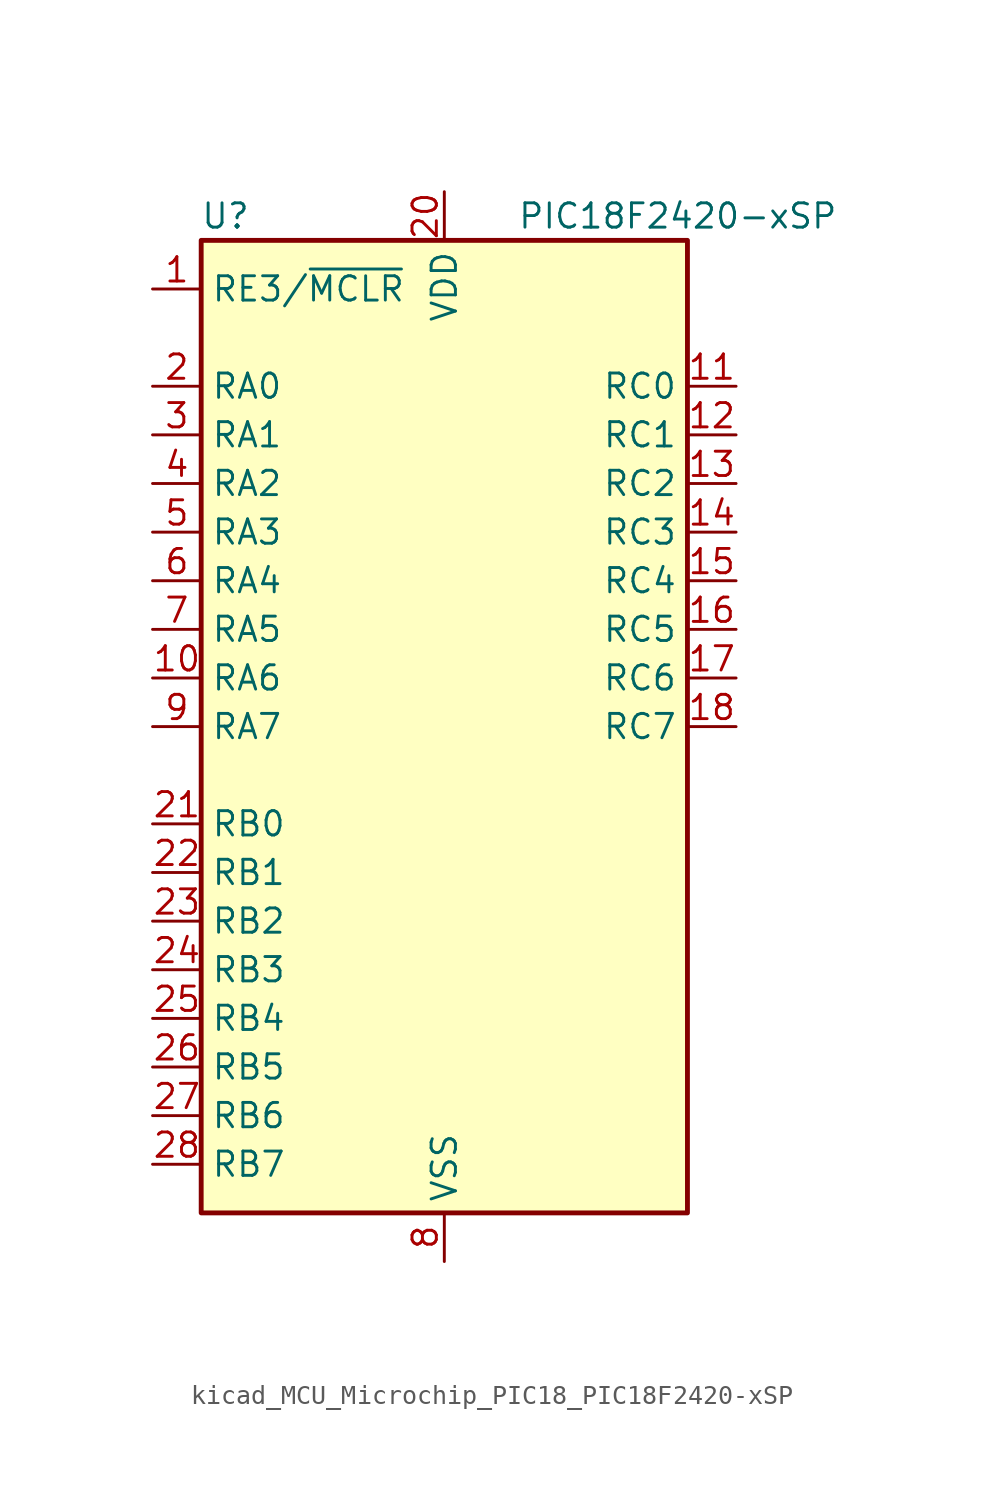
<source format=kicad_sym>
(kicad_symbol_lib
  (version 20220914)
  (generator kicad_symbol_editor)
  (symbol "kicad_MCU_Microchip_PIC18_PIC18F2420-xSP"
    (property "Reference" "U"
      (at -11.43 26.67 0)
      (effects (font (size 1.27 1.27))))
    (property "Value" "PIC18F2420-xSP"
      (at 3.81 26.67 0)
      (effects (font (size 1.27 1.27)) (justify left)))
    (symbol "kicad_MCU_Microchip_PIC18_PIC18F2420-xSP_0_1"
      (rectangle (start -12.7 25.4) (end 12.7 -25.4) (stroke (width 0.254) (type default)) (fill (type background))))
    (symbol "kicad_MCU_Microchip_PIC18_PIC18F2420-xSP_1_1"
      (pin input line (at -15.24 22.86 0) (length 2.54) (name "RE3/~{MCLR}" (effects (font (size 1.27 1.27)))) (number "1" (effects (font (size 1.27 1.27)))))
      (pin bidirectional line (at -15.24 2.54 0) (length 2.54) (name "RA6" (effects (font (size 1.27 1.27)))) (number "10" (effects (font (size 1.27 1.27)))))
      (pin bidirectional line (at 15.24 17.78 180) (length 2.54) (name "RC0" (effects (font (size 1.27 1.27)))) (number "11" (effects (font (size 1.27 1.27)))))
      (pin bidirectional line (at 15.24 15.24 180) (length 2.54) (name "RC1" (effects (font (size 1.27 1.27)))) (number "12" (effects (font (size 1.27 1.27)))))
      (pin bidirectional line (at 15.24 12.7 180) (length 2.54) (name "RC2" (effects (font (size 1.27 1.27)))) (number "13" (effects (font (size 1.27 1.27)))))
      (pin bidirectional line (at 15.24 10.16 180) (length 2.54) (name "RC3" (effects (font (size 1.27 1.27)))) (number "14" (effects (font (size 1.27 1.27)))))
      (pin bidirectional line (at 15.24 7.62 180) (length 2.54) (name "RC4" (effects (font (size 1.27 1.27)))) (number "15" (effects (font (size 1.27 1.27)))))
      (pin bidirectional line (at 15.24 5.08 180) (length 2.54) (name "RC5" (effects (font (size 1.27 1.27)))) (number "16" (effects (font (size 1.27 1.27)))))
      (pin bidirectional line (at 15.24 2.54 180) (length 2.54) (name "RC6" (effects (font (size 1.27 1.27)))) (number "17" (effects (font (size 1.27 1.27)))))
      (pin bidirectional line (at 15.24 0 180) (length 2.54) (name "RC7" (effects (font (size 1.27 1.27)))) (number "18" (effects (font (size 1.27 1.27)))))
      (pin passive line (at 0 -27.94 90) (length 2.54) hide (name "VSS" (effects (font (size 1.27 1.27)))) (number "19" (effects (font (size 1.27 1.27)))))
      (pin bidirectional line (at -15.24 17.78 0) (length 2.54) (name "RA0" (effects (font (size 1.27 1.27)))) (number "2" (effects (font (size 1.27 1.27)))))
      (pin power_in line (at 0 27.94 270) (length 2.54) (name "VDD" (effects (font (size 1.27 1.27)))) (number "20" (effects (font (size 1.27 1.27)))))
      (pin bidirectional line (at -15.24 -5.08 0) (length 2.54) (name "RB0" (effects (font (size 1.27 1.27)))) (number "21" (effects (font (size 1.27 1.27)))))
      (pin bidirectional line (at -15.24 -7.62 0) (length 2.54) (name "RB1" (effects (font (size 1.27 1.27)))) (number "22" (effects (font (size 1.27 1.27)))))
      (pin bidirectional line (at -15.24 -10.16 0) (length 2.54) (name "RB2" (effects (font (size 1.27 1.27)))) (number "23" (effects (font (size 1.27 1.27)))))
      (pin bidirectional line (at -15.24 -12.7 0) (length 2.54) (name "RB3" (effects (font (size 1.27 1.27)))) (number "24" (effects (font (size 1.27 1.27)))))
      (pin bidirectional line (at -15.24 -15.24 0) (length 2.54) (name "RB4" (effects (font (size 1.27 1.27)))) (number "25" (effects (font (size 1.27 1.27)))))
      (pin bidirectional line (at -15.24 -17.78 0) (length 2.54) (name "RB5" (effects (font (size 1.27 1.27)))) (number "26" (effects (font (size 1.27 1.27)))))
      (pin bidirectional line (at -15.24 -20.32 0) (length 2.54) (name "RB6" (effects (font (size 1.27 1.27)))) (number "27" (effects (font (size 1.27 1.27)))))
      (pin bidirectional line (at -15.24 -22.86 0) (length 2.54) (name "RB7" (effects (font (size 1.27 1.27)))) (number "28" (effects (font (size 1.27 1.27)))))
      (pin bidirectional line (at -15.24 15.24 0) (length 2.54) (name "RA1" (effects (font (size 1.27 1.27)))) (number "3" (effects (font (size 1.27 1.27)))))
      (pin bidirectional line (at -15.24 12.7 0) (length 2.54) (name "RA2" (effects (font (size 1.27 1.27)))) (number "4" (effects (font (size 1.27 1.27)))))
      (pin bidirectional line (at -15.24 10.16 0) (length 2.54) (name "RA3" (effects (font (size 1.27 1.27)))) (number "5" (effects (font (size 1.27 1.27)))))
      (pin bidirectional line (at -15.24 7.62 0) (length 2.54) (name "RA4" (effects (font (size 1.27 1.27)))) (number "6" (effects (font (size 1.27 1.27)))))
      (pin bidirectional line (at -15.24 5.08 0) (length 2.54) (name "RA5" (effects (font (size 1.27 1.27)))) (number "7" (effects (font (size 1.27 1.27)))))
      (pin power_in line (at 0 -27.94 90) (length 2.54) (name "VSS" (effects (font (size 1.27 1.27)))) (number "8" (effects (font (size 1.27 1.27)))))
      (pin bidirectional line (at -15.24 0 0) (length 2.54) (name "RA7" (effects (font (size 1.27 1.27)))) (number "9" (effects (font (size 1.27 1.27))))))))
</source>
